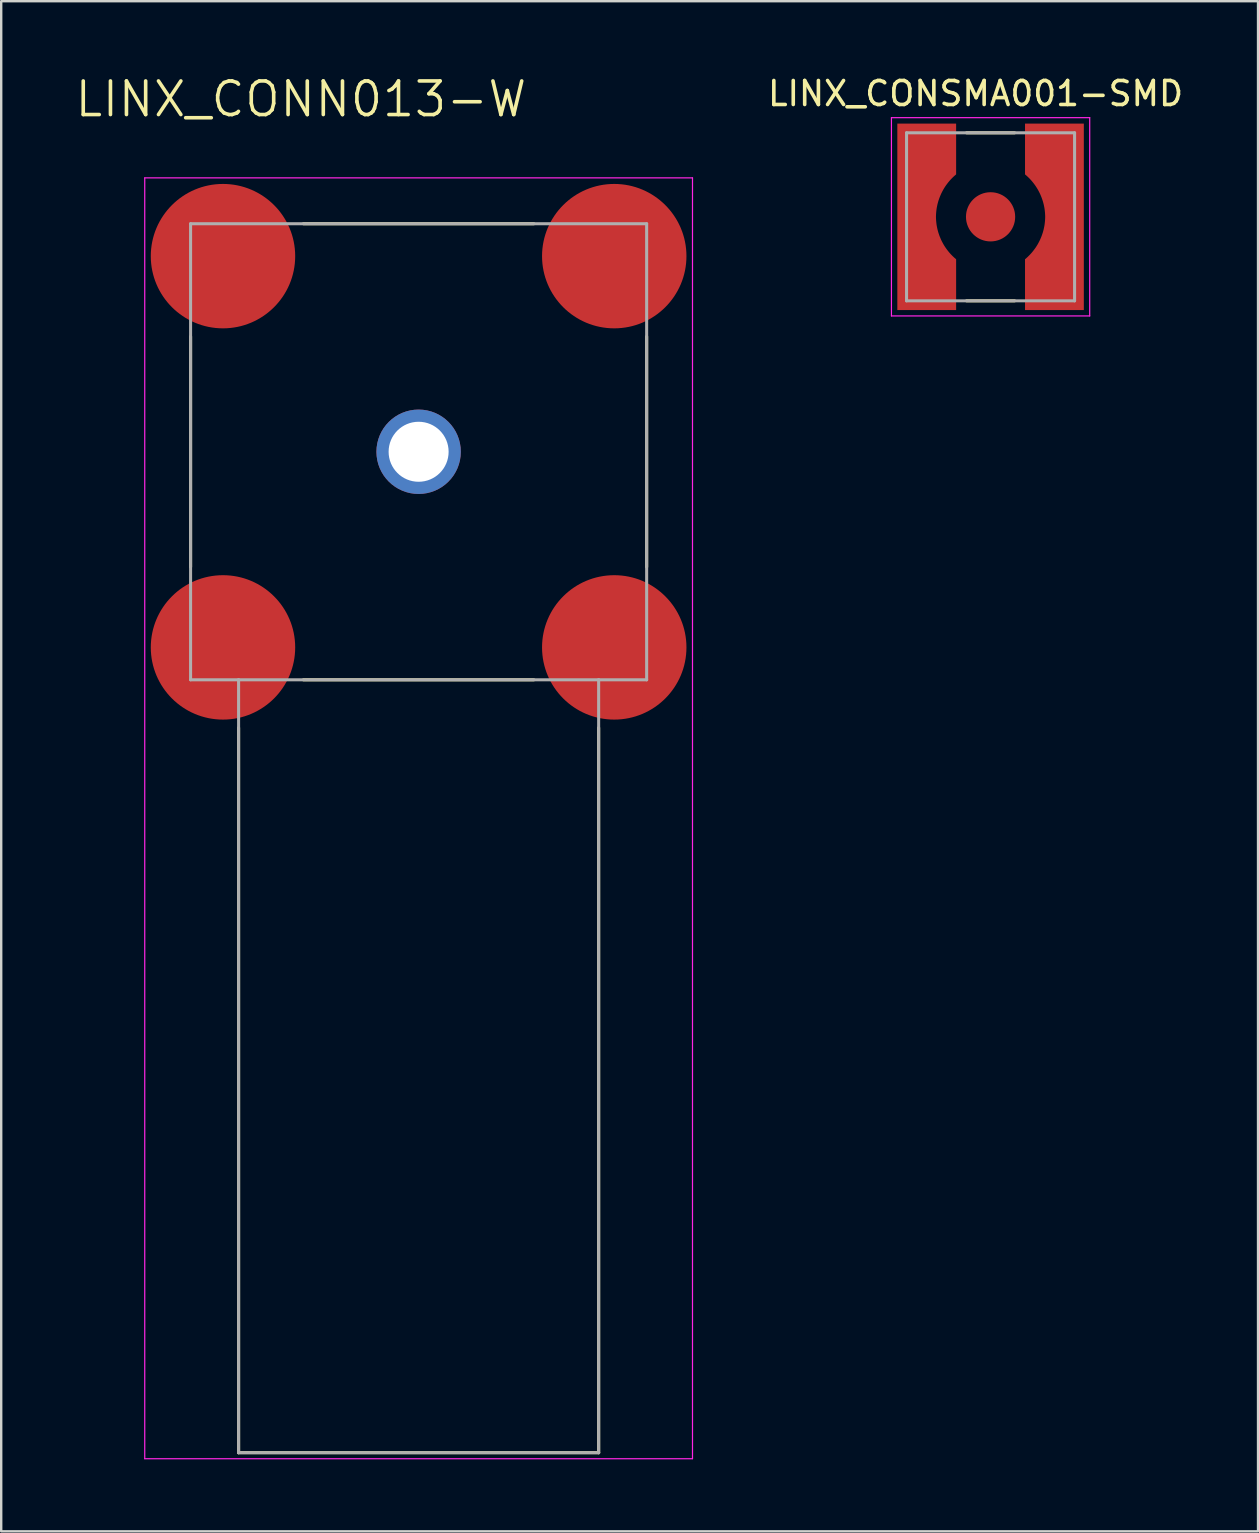
<source format=kicad_pcb>
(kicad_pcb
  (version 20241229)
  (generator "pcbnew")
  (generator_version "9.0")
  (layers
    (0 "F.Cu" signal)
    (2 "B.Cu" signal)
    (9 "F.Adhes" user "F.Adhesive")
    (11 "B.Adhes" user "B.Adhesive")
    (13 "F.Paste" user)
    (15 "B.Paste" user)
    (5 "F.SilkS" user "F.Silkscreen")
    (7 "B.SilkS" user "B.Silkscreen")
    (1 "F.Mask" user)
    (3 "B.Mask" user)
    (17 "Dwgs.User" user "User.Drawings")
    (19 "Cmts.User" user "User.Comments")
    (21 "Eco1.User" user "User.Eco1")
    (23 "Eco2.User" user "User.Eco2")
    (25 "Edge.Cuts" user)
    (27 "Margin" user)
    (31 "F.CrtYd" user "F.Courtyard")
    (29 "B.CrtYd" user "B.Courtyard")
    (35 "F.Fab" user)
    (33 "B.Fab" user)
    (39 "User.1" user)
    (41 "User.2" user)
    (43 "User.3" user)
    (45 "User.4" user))
  (footprint "LINX_CONSMA001-SMD"
    (layer "F.Cu")
    (at 38.218 5.983)
    (property "Reference" "LINX_CONSMA001-SMD" (at -0.625 -5.135 0) (layer "F.SilkS") (effects (font (size 1 1) (thickness 0.15))))
    (attr smd)
    (fp_poly (pts (xy -1.34 -3.98) (xy -3.98 -3.98) (xy -3.98 3.98) (xy -1.34 3.98) (xy -1.34 1.72) (xy -1.381 1.687) (xy -1.43 1.645) (xy -1.478 1.602) (xy -1.524 1.557) (xy -1.569 1.511) (xy -1.613 1.464) (xy -1.655 1.416) (xy -1.696 1.366) (xy -1.736 1.315) (xy -1.774 1.263) (xy -1.81 1.21) (xy -1.845 1.156) (xy -1.878 1.101) (xy -1.91 1.045) (xy -1.94 0.988) (xy -1.968 0.931) (xy -1.995 0.872) (xy -2.02 0.813) (xy -2.043 0.753) (xy -2.065 0.692) (xy -2.084 0.631) (xy -2.102 0.569) (xy -2.118 0.507) (xy -2.133 0.444) (xy -2.145 0.381) (xy -2.156 0.318) (xy -2.164 0.254) (xy -2.171 0.19) (xy -2.176 0.126) (xy -2.18 0.05) (xy -2.179 -0.028) (xy -2.176 -0.097) (xy -2.171 -0.166) (xy -2.164 -0.235) (xy -2.155 -0.303) (xy -2.144 -0.371) (xy -2.131 -0.439) (xy -2.116 -0.506) (xy -2.099 -0.573) (xy -2.08 -0.639) (xy -2.06 -0.705) (xy -2.037 -0.77) (xy -2.012 -0.835) (xy -1.986 -0.899) (xy -1.958 -0.962) (xy -1.928 -1.024) (xy -1.896 -1.085) (xy -1.862 -1.145) (xy -1.827 -1.204) (xy -1.79 -1.262) (xy -1.751 -1.32) (xy -1.711 -1.375) (xy -1.669 -1.43) (xy -1.625 -1.484) (xy -1.58 -1.536) (xy -1.533 -1.587) (xy -1.485 -1.636) (xy -1.436 -1.684) (xy -1.385 -1.731) (xy -1.34 -1.77) (xy -1.34 -3.98)) (stroke (width 0.01) (type solid)) (fill yes) (layer "F.Mask"))
    (fp_poly (pts (xy 1.34 -3.98) (xy 3.98 -3.98) (xy 3.98 3.98) (xy 1.34 3.98) (xy 1.34 1.72) (xy 1.391 1.677) (xy 1.441 1.633) (xy 1.489 1.588) (xy 1.536 1.542) (xy 1.581 1.494) (xy 1.625 1.445) (xy 1.667 1.395) (xy 1.708 1.343) (xy 1.748 1.29) (xy 1.786 1.237) (xy 1.822 1.182) (xy 1.857 1.126) (xy 1.89 1.069) (xy 1.921 1.011) (xy 1.951 0.952) (xy 1.979 0.892) (xy 2.005 0.832) (xy 2.03 0.771) (xy 2.053 0.709) (xy 2.074 0.647) (xy 2.093 0.584) (xy 2.11 0.52) (xy 2.125 0.456) (xy 2.139 0.391) (xy 2.15 0.327) (xy 2.16 0.261) (xy 2.168 0.196) (xy 2.174 0.13) (xy 2.178 0.065) (xy 2.18 0) (xy 2.179 -0.052) (xy 2.176 -0.119) (xy 2.171 -0.186) (xy 2.164 -0.253) (xy 2.156 -0.32) (xy 2.145 -0.387) (xy 2.132 -0.453) (xy 2.118 -0.519) (xy 2.101 -0.584) (xy 2.083 -0.649) (xy 2.062 -0.713) (xy 2.04 -0.777) (xy 2.016 -0.84) (xy 1.99 -0.902) (xy 1.963 -0.964) (xy 1.933 -1.025) (xy 1.902 -1.084) (xy 1.87 -1.143) (xy 1.835 -1.201) (xy 1.799 -1.258) (xy 1.761 -1.314) (xy 1.721 -1.368) (xy 1.68 -1.422) (xy 1.638 -1.474) (xy 1.594 -1.525) (xy 1.548 -1.575) (xy 1.501 -1.623) (xy 1.453 -1.67) (xy 1.403 -1.716) (xy 1.34 -1.77) (xy 1.34 -3.98)) (stroke (width 0.01) (type solid)) (fill yes) (layer "F.Mask"))
    (fp_line (start -1 -3.5) (end 1 -3.5) (stroke (width 0.127) (type solid)) (layer "F.SilkS"))
    (fp_line (start -1 3.5) (end 1 3.5) (stroke (width 0.127) (type solid)) (layer "F.SilkS"))
    (fp_poly (pts (xy -1.44 -3.88) (xy -3.88 -3.88) (xy -3.88 3.88) (xy -1.44 3.88) (xy -1.44 1.77) (xy -1.503 1.716) (xy -1.553 1.67) (xy -1.601 1.623) (xy -1.648 1.575) (xy -1.694 1.525) (xy -1.738 1.474) (xy -1.78 1.422) (xy -1.821 1.368) (xy -1.861 1.314) (xy -1.899 1.258) (xy -1.935 1.201) (xy -1.97 1.143) (xy -2.002 1.084) (xy -2.033 1.025) (xy -2.063 0.964) (xy -2.09 0.902) (xy -2.116 0.84) (xy -2.14 0.777) (xy -2.162 0.713) (xy -2.183 0.649) (xy -2.201 0.584) (xy -2.218 0.519) (xy -2.232 0.453) (xy -2.245 0.387) (xy -2.256 0.32) (xy -2.264 0.253) (xy -2.271 0.186) (xy -2.276 0.119) (xy -2.279 0.052) (xy -2.28 0) (xy -2.279 -0.052) (xy -2.276 -0.119) (xy -2.271 -0.186) (xy -2.264 -0.253) (xy -2.256 -0.32) (xy -2.245 -0.387) (xy -2.232 -0.453) (xy -2.218 -0.519) (xy -2.201 -0.584) (xy -2.183 -0.649) (xy -2.162 -0.713) (xy -2.14 -0.777) (xy -2.116 -0.84) (xy -2.09 -0.902) (xy -2.063 -0.964) (xy -2.033 -1.025) (xy -2.002 -1.084) (xy -1.97 -1.143) (xy -1.935 -1.201) (xy -1.899 -1.258) (xy -1.861 -1.314) (xy -1.821 -1.368) (xy -1.78 -1.422) (xy -1.738 -1.474) (xy -1.694 -1.525) (xy -1.648 -1.575) (xy -1.601 -1.623) (xy -1.553 -1.67) (xy -1.503 -1.716) (xy -1.44 -1.77) (xy -1.44 -3.88)) (stroke (width 0.01) (type solid)) (fill yes) (layer "F.Paste"))
    (fp_poly (pts (xy 1.44 -3.88) (xy 3.88 -3.88) (xy 3.88 3.88) (xy 1.44 3.88) (xy 1.44 1.77) (xy 1.503 1.716) (xy 1.553 1.67) (xy 1.601 1.623) (xy 1.648 1.575) (xy 1.694 1.525) (xy 1.738 1.474) (xy 1.78 1.422) (xy 1.821 1.368) (xy 1.861 1.314) (xy 1.899 1.258) (xy 1.935 1.201) (xy 1.97 1.143) (xy 2.002 1.084) (xy 2.033 1.025) (xy 2.063 0.964) (xy 2.09 0.902) (xy 2.116 0.84) (xy 2.14 0.777) (xy 2.162 0.713) (xy 2.183 0.649) (xy 2.201 0.584) (xy 2.218 0.519) (xy 2.232 0.453) (xy 2.245 0.387) (xy 2.256 0.32) (xy 2.264 0.253) (xy 2.271 0.186) (xy 2.276 0.119) (xy 2.279 0.052) (xy 2.28 0) (xy 2.279 -0.052) (xy 2.276 -0.119) (xy 2.271 -0.186) (xy 2.264 -0.253) (xy 2.256 -0.32) (xy 2.245 -0.387) (xy 2.232 -0.453) (xy 2.218 -0.519) (xy 2.201 -0.584) (xy 2.183 -0.649) (xy 2.162 -0.713) (xy 2.14 -0.777) (xy 2.116 -0.84) (xy 2.09 -0.902) (xy 2.063 -0.964) (xy 2.033 -1.025) (xy 2.002 -1.084) (xy 1.97 -1.143) (xy 1.935 -1.201) (xy 1.899 -1.258) (xy 1.861 -1.314) (xy 1.821 -1.368) (xy 1.78 -1.422) (xy 1.738 -1.474) (xy 1.694 -1.525) (xy 1.648 -1.575) (xy 1.601 -1.623) (xy 1.553 -1.67) (xy 1.503 -1.716) (xy 1.44 -1.77) (xy 1.44 -3.88)) (stroke (width 0.01) (type solid)) (fill yes) (layer "F.Paste"))
    (fp_line (start -4.13 -4.13) (end 4.13 -4.13) (stroke (width 0.05) (type solid)) (layer "F.CrtYd"))
    (fp_line (start -4.13 4.13) (end -4.13 -4.13) (stroke (width 0.05) (type solid)) (layer "F.CrtYd"))
    (fp_line (start 4.13 -4.13) (end 4.13 4.13) (stroke (width 0.05) (type solid)) (layer "F.CrtYd"))
    (fp_line (start 4.13 4.13) (end -4.13 4.13) (stroke (width 0.05) (type solid)) (layer "F.CrtYd"))
    (fp_line (start -3.5 -3.5) (end 3.5 -3.5) (stroke (width 0.127) (type solid)) (layer "F.Fab"))
    (fp_line (start -3.5 3.5) (end -3.5 -3.5) (stroke (width 0.127) (type solid)) (layer "F.Fab"))
    (fp_line (start 3.5 -3.5) (end 3.5 3.5) (stroke (width 0.127) (type solid)) (layer "F.Fab"))
    (fp_line (start 3.5 3.5) (end -3.5 3.5) (stroke (width 0.127) (type solid)) (layer "F.Fab"))
    (pad "1" smd circle (at 0 0) (size 2.05 2.05) (layers "F.Cu" "F.Mask" "F.Paste"))
    (pad "2" smd custom (at -3.1 0) (size 1 1) (layers "F.Cu") (options (anchor rect)) (primitives (gr_poly (pts (xy 1.66 -1.77) (xy 1.597 -1.716) (xy 1.547 -1.67) (xy 1.499 -1.623) (xy 1.452 -1.575) (xy 1.406 -1.525) (xy 1.362 -1.474) (xy 1.32 -1.422) (xy 1.279 -1.368) (xy 1.239 -1.314) (xy 1.201 -1.258) (xy 1.165 -1.201) (xy 1.13 -1.143) (xy 1.098 -1.084) (xy 1.067 -1.025) (xy 1.037 -0.964) (xy 1.01 -0.902) (xy 0.984 -0.84) (xy 0.96 -0.777) (xy 0.938 -0.713) (xy 0.917 -0.649) (xy 0.899 -0.584) (xy 0.882 -0.519) (xy 0.868 -0.453) (xy 0.855 -0.387) (xy 0.844 -0.32) (xy 0.836 -0.253) (xy 0.829 -0.186) (xy 0.824 -0.119) (xy 0.821 -0.052) (xy 0.82 0) (xy 0.821 0.052) (xy 0.824 0.119) (xy 0.829 0.186) (xy 0.836 0.253) (xy 0.844 0.32) (xy 0.855 0.387) (xy 0.868 0.453) (xy 0.882 0.519) (xy 0.899 0.584) (xy 0.917 0.649) (xy 0.938 0.713) (xy 0.96 0.777) (xy 0.984 0.84) (xy 1.01 0.902) (xy 1.037 0.964) (xy 1.067 1.025) (xy 1.098 1.084) (xy 1.13 1.143) (xy 1.165 1.201) (xy 1.201 1.258) (xy 1.239 1.314) (xy 1.279 1.368) (xy 1.32 1.422) (xy 1.362 1.474) (xy 1.406 1.525) (xy 1.452 1.575) (xy 1.499 1.623) (xy 1.547 1.67) (xy 1.597 1.716) (xy 1.66 1.77) (xy 1.66 3.88) (xy -0.78 3.88) (xy -0.78 -3.88) (xy 1.66 -3.88)) (width 0.01) (fill yes))))
    (pad "2" smd custom (at 3.1 0) (size 1 1) (layers "F.Cu") (options (anchor rect)) (primitives (gr_poly (pts (xy 0.78 3.88) (xy -1.66 3.88) (xy -1.66 1.77) (xy -1.597 1.716) (xy -1.547 1.67) (xy -1.499 1.623) (xy -1.452 1.575) (xy -1.406 1.525) (xy -1.362 1.474) (xy -1.32 1.422) (xy -1.279 1.368) (xy -1.239 1.314) (xy -1.201 1.258) (xy -1.165 1.201) (xy -1.13 1.143) (xy -1.098 1.084) (xy -1.067 1.025) (xy -1.037 0.964) (xy -1.01 0.902) (xy -0.984 0.84) (xy -0.96 0.777) (xy -0.938 0.713) (xy -0.917 0.649) (xy -0.899 0.584) (xy -0.882 0.519) (xy -0.868 0.453) (xy -0.855 0.387) (xy -0.844 0.32) (xy -0.836 0.253) (xy -0.829 0.186) (xy -0.824 0.119) (xy -0.821 0.052) (xy -0.82 0) (xy -0.821 -0.052) (xy -0.824 -0.119) (xy -0.829 -0.186) (xy -0.836 -0.253) (xy -0.844 -0.32) (xy -0.855 -0.387) (xy -0.868 -0.453) (xy -0.882 -0.519) (xy -0.899 -0.584) (xy -0.917 -0.649) (xy -0.938 -0.713) (xy -0.96 -0.777) (xy -0.984 -0.84) (xy -1.01 -0.902) (xy -1.037 -0.964) (xy -1.067 -1.025) (xy -1.098 -1.084) (xy -1.13 -1.143) (xy -1.165 -1.201) (xy -1.201 -1.258) (xy -1.239 -1.314) (xy -1.279 -1.368) (xy -1.32 -1.422) (xy -1.362 -1.474) (xy -1.406 -1.525) (xy -1.452 -1.575) (xy -1.499 -1.623) (xy -1.547 -1.67) (xy -1.597 -1.716) (xy -1.66 -1.77) (xy -1.66 -3.88) (xy 0.78 -3.88)) (width 0.01) (fill yes)))))
  (footprint "LINX_CONN013-W"
    (layer "F.Cu")
    (at 14.39 15.771)
    (property "Reference" "LINX_CONN013-W" (at -4.905 -14.689 0) (layer "F.SilkS") (effects (font (size 1.4 1.4) (thickness 0.15))))
    (attr through_hole)
    (fp_line (start -9.5 -4.8) (end -9.5 4.8) (stroke (width 0.127) (type solid)) (layer "F.SilkS"))
    (fp_line (start -7.5 11.5) (end -7.5 41.7) (stroke (width 0.127) (type solid)) (layer "F.SilkS"))
    (fp_line (start -7.5 41.7) (end 7.5 41.7) (stroke (width 0.127) (type solid)) (layer "F.SilkS"))
    (fp_line (start -4.8 -9.5) (end 4.8 -9.5) (stroke (width 0.127) (type solid)) (layer "F.SilkS"))
    (fp_line (start -4.8 9.5) (end 4.8 9.5) (stroke (width 0.127) (type solid)) (layer "F.SilkS"))
    (fp_line (start 7.5 41.7) (end 7.5 11.5) (stroke (width 0.127) (type solid)) (layer "F.SilkS"))
    (fp_line (start 9.5 -4.8) (end 9.5 4.8) (stroke (width 0.127) (type solid)) (layer "F.SilkS"))
    (fp_line (start -11.41 -11.41) (end 11.41 -11.41) (stroke (width 0.05) (type solid)) (layer "F.CrtYd"))
    (fp_line (start -11.41 41.95) (end -11.41 -11.41) (stroke (width 0.05) (type solid)) (layer "F.CrtYd"))
    (fp_line (start 11.41 -11.41) (end 11.41 41.95) (stroke (width 0.05) (type solid)) (layer "F.CrtYd"))
    (fp_line (start 11.41 41.95) (end -11.41 41.95) (stroke (width 0.05) (type solid)) (layer "F.CrtYd"))
    (fp_line (start -9.5 -9.5) (end 9.5 -9.5) (stroke (width 0.127) (type solid)) (layer "F.Fab"))
    (fp_line (start -9.5 9.5) (end -9.5 -9.5) (stroke (width 0.127) (type solid)) (layer "F.Fab"))
    (fp_line (start -7.5 9.5) (end -9.5 9.5) (stroke (width 0.127) (type solid)) (layer "F.Fab"))
    (fp_line (start -7.5 9.5) (end -7.5 41.7) (stroke (width 0.127) (type solid)) (layer "F.Fab"))
    (fp_line (start -7.5 41.7) (end 7.5 41.7) (stroke (width 0.127) (type solid)) (layer "F.Fab"))
    (fp_line (start 7.5 9.5) (end -7.5 9.5) (stroke (width 0.127) (type solid)) (layer "F.Fab"))
    (fp_line (start 7.5 41.7) (end 7.5 9.5) (stroke (width 0.127) (type solid)) (layer "F.Fab"))
    (fp_line (start 9.5 -9.5) (end 9.5 9.5) (stroke (width 0.127) (type solid)) (layer "F.Fab"))
    (fp_line (start 9.5 9.5) (end 7.5 9.5) (stroke (width 0.127) (type solid)) (layer "F.Fab"))
    (pad "1" thru_hole circle (at 0 0) (size 3.516 3.516) (drill 2.5) (layers "*.Cu" "*.Mask"))
    (pad "2" smd circle (at -8.15 -8.15) (size 6.016 6.016) (layers "F.Cu" "F.Mask" "F.Paste"))
    (pad "2" smd circle (at -8.15 8.15) (size 6.016 6.016) (layers "F.Cu" "F.Mask" "F.Paste"))
    (pad "2" smd circle (at 8.15 -8.15) (size 6.016 6.016) (layers "F.Cu" "F.Mask" "F.Paste"))
    (pad "2" smd circle (at 8.15 8.15) (size 6.016 6.016) (layers "F.Cu" "F.Mask" "F.Paste")))
  (gr_rect
    (start -3 -3)
    (end 49.361 60.746)
    (stroke (width 0.1) (type default))
    (fill no)
    (layer "Edge.Cuts")))
</source>
